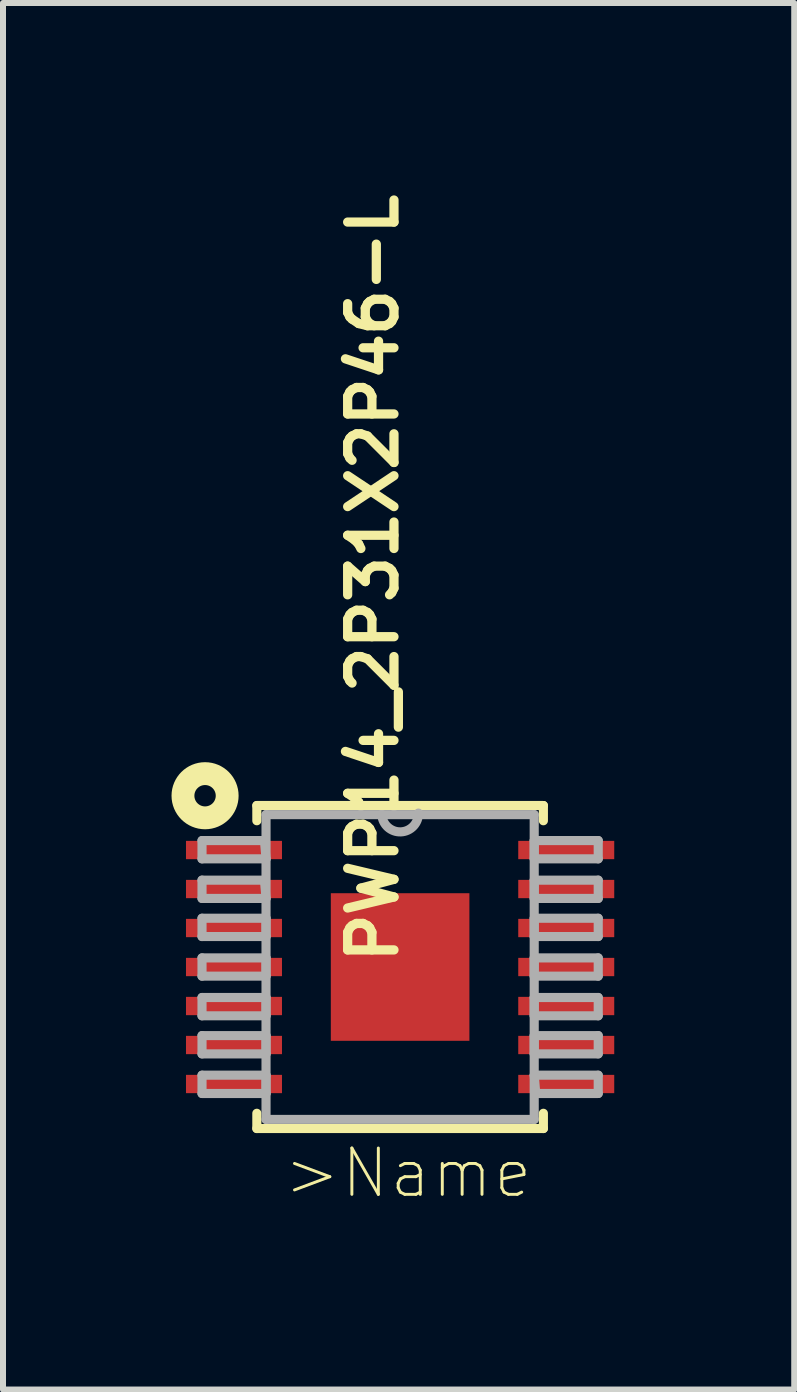
<source format=kicad_pcb>
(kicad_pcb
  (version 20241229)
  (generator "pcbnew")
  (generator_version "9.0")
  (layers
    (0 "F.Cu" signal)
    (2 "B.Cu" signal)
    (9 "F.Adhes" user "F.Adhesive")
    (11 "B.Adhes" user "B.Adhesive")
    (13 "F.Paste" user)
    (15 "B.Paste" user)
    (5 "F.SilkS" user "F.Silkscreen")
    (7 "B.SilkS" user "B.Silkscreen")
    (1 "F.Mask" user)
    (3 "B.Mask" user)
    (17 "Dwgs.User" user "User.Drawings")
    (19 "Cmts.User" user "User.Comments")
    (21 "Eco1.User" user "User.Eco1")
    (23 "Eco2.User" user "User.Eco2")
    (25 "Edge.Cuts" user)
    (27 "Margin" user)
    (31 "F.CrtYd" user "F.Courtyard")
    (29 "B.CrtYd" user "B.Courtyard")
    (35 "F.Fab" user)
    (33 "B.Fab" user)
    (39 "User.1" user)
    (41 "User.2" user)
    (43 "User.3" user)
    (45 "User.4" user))
  (footprint "PWP14_2P31X2P46-L"
    (layer "F.Cu")
    (at 3.619 13.068)
    (property "Reference" "PWP14_2P31X2P46-L" (at 0 0 90) (layer "F.SilkS") (effects (font (size 0.772 0.772) (thickness 0.154)) (justify left bottom)))
    (attr through_hole)
    (fp_line (start -2.388 -2.692) (end -2.388 -2.438) (stroke (width 0.152) (type solid)) (layer "F.SilkS"))
    (fp_line (start -2.388 2.438) (end -2.388 2.692) (stroke (width 0.152) (type solid)) (layer "F.SilkS"))
    (fp_line (start -2.388 2.692) (end 2.388 2.692) (stroke (width 0.152) (type solid)) (layer "F.SilkS"))
    (fp_line (start 2.388 -2.692) (end -2.388 -2.692) (stroke (width 0.152) (type solid)) (layer "F.SilkS"))
    (fp_line (start 2.388 -2.438) (end 2.388 -2.692) (stroke (width 0.152) (type solid)) (layer "F.SilkS"))
    (fp_line (start 2.388 2.692) (end 2.388 2.438) (stroke (width 0.152) (type solid)) (layer "F.SilkS"))
    (fp_circle (center -3.251 -2.855) (end -3.073 -2.855) (stroke (width 0.381) (type solid)) (fill no) (layer "F.SilkS"))
    (fp_poly (pts (xy -1.155 -1.23) (xy -1.155 1.23) (xy 1.155 1.23) (xy 1.155 -1.23)) (stroke (width 0) (type solid)) (fill yes) (layer "F.Paste"))
    (fp_line (start -3.302 -2.108) (end -3.302 -1.803) (stroke (width 0.152) (type solid)) (layer "F.Fab"))
    (fp_line (start -3.302 -1.803) (end -2.235 -1.803) (stroke (width 0.152) (type solid)) (layer "F.Fab"))
    (fp_line (start -3.302 -1.448) (end -3.302 -1.143) (stroke (width 0.152) (type solid)) (layer "F.Fab"))
    (fp_line (start -3.302 -1.143) (end -2.235 -1.143) (stroke (width 0.152) (type solid)) (layer "F.Fab"))
    (fp_line (start -3.302 -0.813) (end -3.302 -0.508) (stroke (width 0.152) (type solid)) (layer "F.Fab"))
    (fp_line (start -3.302 -0.508) (end -2.235 -0.508) (stroke (width 0.152) (type solid)) (layer "F.Fab"))
    (fp_line (start -3.302 -0.152) (end -3.302 0.152) (stroke (width 0.152) (type solid)) (layer "F.Fab"))
    (fp_line (start -3.302 0.152) (end -2.235 0.152) (stroke (width 0.152) (type solid)) (layer "F.Fab"))
    (fp_line (start -3.302 0.508) (end -3.302 0.813) (stroke (width 0.152) (type solid)) (layer "F.Fab"))
    (fp_line (start -3.302 0.813) (end -2.235 0.813) (stroke (width 0.152) (type solid)) (layer "F.Fab"))
    (fp_line (start -3.302 1.143) (end -3.302 1.448) (stroke (width 0.152) (type solid)) (layer "F.Fab"))
    (fp_line (start -3.302 1.448) (end -2.235 1.448) (stroke (width 0.152) (type solid)) (layer "F.Fab"))
    (fp_line (start -3.302 1.803) (end -3.302 2.108) (stroke (width 0.152) (type solid)) (layer "F.Fab"))
    (fp_line (start -3.302 2.108) (end -2.235 2.108) (stroke (width 0.152) (type solid)) (layer "F.Fab"))
    (fp_line (start -2.261 -2.108) (end -3.302 -2.108) (stroke (width 0.152) (type solid)) (layer "F.Fab"))
    (fp_line (start -2.261 -1.448) (end -3.302 -1.448) (stroke (width 0.152) (type solid)) (layer "F.Fab"))
    (fp_line (start -2.235 -2.54) (end -2.235 2.54) (stroke (width 0.152) (type solid)) (layer "F.Fab"))
    (fp_line (start -2.235 -1.803) (end -2.261 -2.108) (stroke (width 0.152) (type solid)) (layer "F.Fab"))
    (fp_line (start -2.235 -1.143) (end -2.261 -1.448) (stroke (width 0.152) (type solid)) (layer "F.Fab"))
    (fp_line (start -2.235 -0.813) (end -3.302 -0.813) (stroke (width 0.152) (type solid)) (layer "F.Fab"))
    (fp_line (start -2.235 -0.508) (end -2.235 -0.813) (stroke (width 0.152) (type solid)) (layer "F.Fab"))
    (fp_line (start -2.235 -0.152) (end -3.302 -0.152) (stroke (width 0.152) (type solid)) (layer "F.Fab"))
    (fp_line (start -2.235 0.152) (end -2.235 -0.152) (stroke (width 0.152) (type solid)) (layer "F.Fab"))
    (fp_line (start -2.235 0.508) (end -3.302 0.508) (stroke (width 0.152) (type solid)) (layer "F.Fab"))
    (fp_line (start -2.235 0.813) (end -2.235 0.508) (stroke (width 0.152) (type solid)) (layer "F.Fab"))
    (fp_line (start -2.235 1.143) (end -3.302 1.143) (stroke (width 0.152) (type solid)) (layer "F.Fab"))
    (fp_line (start -2.235 1.448) (end -2.235 1.143) (stroke (width 0.152) (type solid)) (layer "F.Fab"))
    (fp_line (start -2.235 1.803) (end -3.302 1.803) (stroke (width 0.152) (type solid)) (layer "F.Fab"))
    (fp_line (start -2.235 2.108) (end -2.235 1.803) (stroke (width 0.152) (type solid)) (layer "F.Fab"))
    (fp_line (start -2.235 2.54) (end 2.235 2.54) (stroke (width 0.152) (type solid)) (layer "F.Fab"))
    (fp_line (start -0.305 -2.54) (end -2.235 -2.54) (stroke (width 0.152) (type solid)) (layer "F.Fab"))
    (fp_line (start 2.235 -2.54) (end -0.305 -2.54) (stroke (width 0.152) (type solid)) (layer "F.Fab"))
    (fp_line (start 2.235 -2.108) (end 2.235 -1.803) (stroke (width 0.152) (type solid)) (layer "F.Fab"))
    (fp_line (start 2.235 -1.803) (end 3.302 -1.803) (stroke (width 0.152) (type solid)) (layer "F.Fab"))
    (fp_line (start 2.235 -1.448) (end 2.235 -1.143) (stroke (width 0.152) (type solid)) (layer "F.Fab"))
    (fp_line (start 2.235 -1.143) (end 3.302 -1.143) (stroke (width 0.152) (type solid)) (layer "F.Fab"))
    (fp_line (start 2.235 -0.813) (end 2.235 -0.508) (stroke (width 0.152) (type solid)) (layer "F.Fab"))
    (fp_line (start 2.235 -0.508) (end 3.302 -0.508) (stroke (width 0.152) (type solid)) (layer "F.Fab"))
    (fp_line (start 2.235 -0.152) (end 2.235 0.152) (stroke (width 0.152) (type solid)) (layer "F.Fab"))
    (fp_line (start 2.235 0.152) (end 3.302 0.152) (stroke (width 0.152) (type solid)) (layer "F.Fab"))
    (fp_line (start 2.235 0.508) (end 2.235 0.813) (stroke (width 0.152) (type solid)) (layer "F.Fab"))
    (fp_line (start 2.235 0.813) (end 3.302 0.813) (stroke (width 0.152) (type solid)) (layer "F.Fab"))
    (fp_line (start 2.235 1.143) (end 2.235 1.448) (stroke (width 0.152) (type solid)) (layer "F.Fab"))
    (fp_line (start 2.235 1.448) (end 3.302 1.448) (stroke (width 0.152) (type solid)) (layer "F.Fab"))
    (fp_line (start 2.235 1.803) (end 2.261 2.108) (stroke (width 0.152) (type solid)) (layer "F.Fab"))
    (fp_line (start 2.235 2.54) (end 2.235 -2.54) (stroke (width 0.152) (type solid)) (layer "F.Fab"))
    (fp_line (start 2.261 2.108) (end 3.302 2.108) (stroke (width 0.152) (type solid)) (layer "F.Fab"))
    (fp_line (start 3.302 -2.108) (end 2.235 -2.108) (stroke (width 0.152) (type solid)) (layer "F.Fab"))
    (fp_line (start 3.302 -1.803) (end 3.302 -2.108) (stroke (width 0.152) (type solid)) (layer "F.Fab"))
    (fp_line (start 3.302 -1.448) (end 2.235 -1.448) (stroke (width 0.152) (type solid)) (layer "F.Fab"))
    (fp_line (start 3.302 -1.143) (end 3.302 -1.448) (stroke (width 0.152) (type solid)) (layer "F.Fab"))
    (fp_line (start 3.302 -0.813) (end 2.235 -0.813) (stroke (width 0.152) (type solid)) (layer "F.Fab"))
    (fp_line (start 3.302 -0.508) (end 3.302 -0.813) (stroke (width 0.152) (type solid)) (layer "F.Fab"))
    (fp_line (start 3.302 -0.152) (end 2.235 -0.152) (stroke (width 0.152) (type solid)) (layer "F.Fab"))
    (fp_line (start 3.302 0.152) (end 3.302 -0.152) (stroke (width 0.152) (type solid)) (layer "F.Fab"))
    (fp_line (start 3.302 0.508) (end 2.235 0.508) (stroke (width 0.152) (type solid)) (layer "F.Fab"))
    (fp_line (start 3.302 0.813) (end 3.302 0.508) (stroke (width 0.152) (type solid)) (layer "F.Fab"))
    (fp_line (start 3.302 1.143) (end 2.235 1.143) (stroke (width 0.152) (type solid)) (layer "F.Fab"))
    (fp_line (start 3.302 1.448) (end 3.302 1.143) (stroke (width 0.152) (type solid)) (layer "F.Fab"))
    (fp_line (start 3.302 1.803) (end 2.235 1.803) (stroke (width 0.152) (type solid)) (layer "F.Fab"))
    (fp_line (start 3.302 2.108) (end 3.302 1.803) (stroke (width 0.152) (type solid)) (layer "F.Fab"))
    (fp_arc (start 0.3048 -2.5654) (mid 0.0127 -2.2479) (end -0.3048 -2.54) (stroke (width 0.1524) (type solid)) (layer "F.Fab"))
    (fp_text user ">Name" (at -1.976 3.886 0) (layer "F.SilkS") (effects (font (size 0.772 0.772) (thickness 0.049)) (justify left bottom)))
    (pad "1" smd rect (at -2.769 -1.95) (size 1.6 0.305) (layers "F.Cu" "F.Mask" "F.Paste"))
    (pad "2" smd rect (at -2.769 -1.3) (size 1.6 0.305) (layers "F.Cu" "F.Mask" "F.Paste"))
    (pad "3" smd rect (at -2.769 -0.65) (size 1.6 0.305) (layers "F.Cu" "F.Mask" "F.Paste"))
    (pad "4" smd rect (at -2.769 0) (size 1.6 0.305) (layers "F.Cu" "F.Mask" "F.Paste"))
    (pad "5" smd rect (at -2.769 0.65) (size 1.6 0.305) (layers "F.Cu" "F.Mask" "F.Paste"))
    (pad "6" smd rect (at -2.769 1.3) (size 1.6 0.305) (layers "F.Cu" "F.Mask" "F.Paste"))
    (pad "7" smd rect (at -2.769 1.95) (size 1.6 0.305) (layers "F.Cu" "F.Mask" "F.Paste"))
    (pad "8" smd rect (at 2.769 1.95) (size 1.6 0.305) (layers "F.Cu" "F.Mask" "F.Paste"))
    (pad "9" smd rect (at 2.769 1.3) (size 1.6 0.305) (layers "F.Cu" "F.Mask" "F.Paste"))
    (pad "10" smd rect (at 2.769 0.65) (size 1.6 0.305) (layers "F.Cu" "F.Mask" "F.Paste"))
    (pad "11" smd rect (at 2.769 0) (size 1.6 0.305) (layers "F.Cu" "F.Mask" "F.Paste"))
    (pad "12" smd rect (at 2.769 -0.65) (size 1.6 0.305) (layers "F.Cu" "F.Mask" "F.Paste"))
    (pad "13" smd rect (at 2.769 -1.3) (size 1.6 0.305) (layers "F.Cu" "F.Mask" "F.Paste"))
    (pad "14" smd rect (at 2.769 -1.95) (size 1.6 0.305) (layers "F.Cu" "F.Mask" "F.Paste"))
    (pad "15" smd rect (at 0 0) (size 2.31 2.46) (layers "F.Cu" "F.Mask" "F.Paste")))
  (gr_rect
    (start -3 -3)
    (end 10.188 20.11)
    (stroke (width 0.1) (type default))
    (fill no)
    (layer "Edge.Cuts")))
</source>
